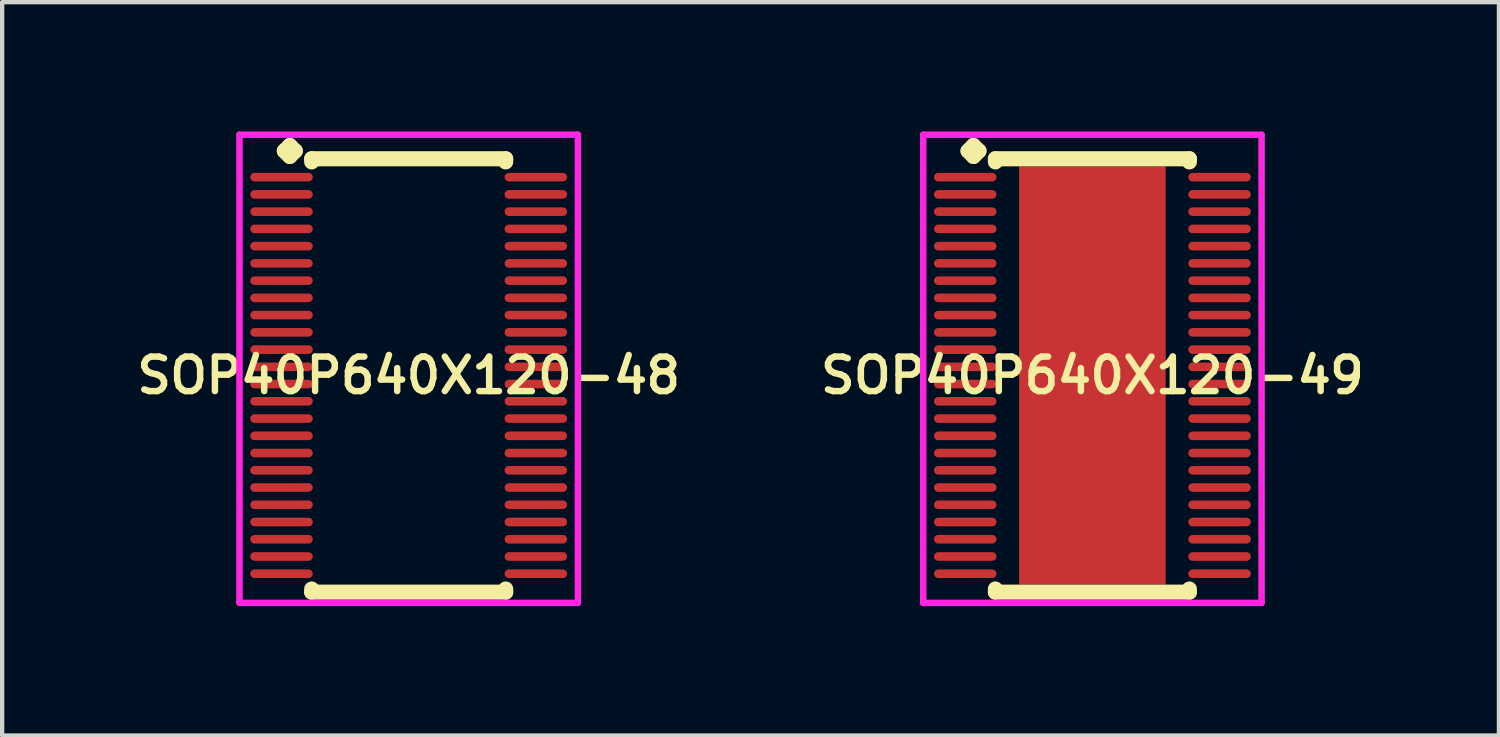
<source format=kicad_pcb>
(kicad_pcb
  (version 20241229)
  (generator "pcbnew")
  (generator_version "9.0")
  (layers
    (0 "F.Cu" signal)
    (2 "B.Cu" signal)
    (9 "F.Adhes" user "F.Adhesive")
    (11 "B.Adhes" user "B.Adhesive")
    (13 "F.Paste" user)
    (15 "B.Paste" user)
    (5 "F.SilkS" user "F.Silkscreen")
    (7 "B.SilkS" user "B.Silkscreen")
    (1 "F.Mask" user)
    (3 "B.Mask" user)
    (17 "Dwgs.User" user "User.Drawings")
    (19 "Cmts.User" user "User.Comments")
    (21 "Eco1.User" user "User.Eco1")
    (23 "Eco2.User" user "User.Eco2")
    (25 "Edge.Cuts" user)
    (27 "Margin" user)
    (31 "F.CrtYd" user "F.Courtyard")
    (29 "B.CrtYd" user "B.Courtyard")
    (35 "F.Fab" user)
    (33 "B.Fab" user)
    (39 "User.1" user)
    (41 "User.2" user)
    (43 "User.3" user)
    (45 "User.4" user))
  (footprint "SOP40P640X120-49"
    (layer "F.Cu")
    (at 22.292 5.66)
    (property "Reference" "SOP40P640X120-49" (at 0 0 0) (layer "F.SilkS") (effects (font (size 0.8 0.8) (thickness 0.15))))
    (attr through_hole)
    (fp_line (start -2.885 -5.208) (end -2.758 -5.335) (stroke (width 0.35) (type solid)) (layer "F.SilkS"))
    (fp_line (start -2.758 -5.335) (end -2.631 -5.208) (stroke (width 0.35) (type solid)) (layer "F.SilkS"))
    (fp_line (start -2.758 -5.081) (end -2.885 -5.208) (stroke (width 0.35) (type solid)) (layer "F.SilkS"))
    (fp_line (start -2.631 -5.208) (end -2.758 -5.081) (stroke (width 0.35) (type solid)) (layer "F.SilkS"))
    (fp_line (start -2.25 -5.027) (end 2.25 -5.027) (stroke (width 0.35) (type solid)) (layer "F.SilkS"))
    (fp_line (start -2.25 -4.954) (end -2.25 -5.027) (stroke (width 0.35) (type solid)) (layer "F.SilkS"))
    (fp_line (start -2.25 4.954) (end -2.25 5.027) (stroke (width 0.35) (type solid)) (layer "F.SilkS"))
    (fp_line (start -2.25 5.027) (end 2.25 5.027) (stroke (width 0.35) (type solid)) (layer "F.SilkS"))
    (fp_line (start 2.25 -5.027) (end 2.25 -4.954) (stroke (width 0.35) (type solid)) (layer "F.SilkS"))
    (fp_line (start 2.25 5.027) (end 2.25 4.954) (stroke (width 0.35) (type solid)) (layer "F.SilkS"))
    (fp_line (start -3.925 -5.585) (end 3.925 -5.585) (stroke (width 0.15) (type solid)) (layer "F.CrtYd"))
    (fp_line (start -3.925 5.277) (end -3.925 -5.585) (stroke (width 0.15) (type solid)) (layer "F.CrtYd"))
    (fp_line (start 3.925 -5.585) (end 3.925 5.277) (stroke (width 0.15) (type solid)) (layer "F.CrtYd"))
    (fp_line (start 3.925 5.277) (end -3.925 5.277) (stroke (width 0.15) (type solid)) (layer "F.CrtYd"))
    (pad "1" smd oval (at -2.95 -4.6) (size 1.45 0.2) (layers "F.Cu" "F.Mask" "F.Paste"))
    (pad "2" smd oval (at -2.95 -4.2) (size 1.45 0.2) (layers "F.Cu" "F.Mask" "F.Paste"))
    (pad "3" smd oval (at -2.95 -3.8) (size 1.45 0.2) (layers "F.Cu" "F.Mask" "F.Paste"))
    (pad "4" smd oval (at -2.95 -3.4) (size 1.45 0.2) (layers "F.Cu" "F.Mask" "F.Paste"))
    (pad "5" smd oval (at -2.95 -3) (size 1.45 0.2) (layers "F.Cu" "F.Mask" "F.Paste"))
    (pad "6" smd oval (at -2.95 -2.6) (size 1.45 0.2) (layers "F.Cu" "F.Mask" "F.Paste"))
    (pad "7" smd oval (at -2.95 -2.2) (size 1.45 0.2) (layers "F.Cu" "F.Mask" "F.Paste"))
    (pad "8" smd oval (at -2.95 -1.8) (size 1.45 0.2) (layers "F.Cu" "F.Mask" "F.Paste"))
    (pad "9" smd oval (at -2.95 -1.4) (size 1.45 0.2) (layers "F.Cu" "F.Mask" "F.Paste"))
    (pad "10" smd oval (at -2.95 -1) (size 1.45 0.2) (layers "F.Cu" "F.Mask" "F.Paste"))
    (pad "11" smd oval (at -2.95 -0.6) (size 1.45 0.2) (layers "F.Cu" "F.Mask" "F.Paste"))
    (pad "12" smd oval (at -2.95 -0.2) (size 1.45 0.2) (layers "F.Cu" "F.Mask" "F.Paste"))
    (pad "13" smd oval (at -2.95 0.2) (size 1.45 0.2) (layers "F.Cu" "F.Mask" "F.Paste"))
    (pad "14" smd oval (at -2.95 0.6) (size 1.45 0.2) (layers "F.Cu" "F.Mask" "F.Paste"))
    (pad "15" smd oval (at -2.95 1) (size 1.45 0.2) (layers "F.Cu" "F.Mask" "F.Paste"))
    (pad "16" smd oval (at -2.95 1.4) (size 1.45 0.2) (layers "F.Cu" "F.Mask" "F.Paste"))
    (pad "17" smd oval (at -2.95 1.8) (size 1.45 0.2) (layers "F.Cu" "F.Mask" "F.Paste"))
    (pad "18" smd oval (at -2.95 2.2) (size 1.45 0.2) (layers "F.Cu" "F.Mask" "F.Paste"))
    (pad "19" smd oval (at -2.95 2.6) (size 1.45 0.2) (layers "F.Cu" "F.Mask" "F.Paste"))
    (pad "20" smd oval (at -2.95 3) (size 1.45 0.2) (layers "F.Cu" "F.Mask" "F.Paste"))
    (pad "21" smd oval (at -2.95 3.4) (size 1.45 0.2) (layers "F.Cu" "F.Mask" "F.Paste"))
    (pad "22" smd oval (at -2.95 3.8) (size 1.45 0.2) (layers "F.Cu" "F.Mask" "F.Paste"))
    (pad "23" smd oval (at -2.95 4.2) (size 1.45 0.2) (layers "F.Cu" "F.Mask" "F.Paste"))
    (pad "24" smd oval (at -2.95 4.6) (size 1.45 0.2) (layers "F.Cu" "F.Mask" "F.Paste"))
    (pad "25" smd oval (at 2.95 4.6) (size 1.45 0.2) (layers "F.Cu" "F.Mask" "F.Paste"))
    (pad "26" smd oval (at 2.95 4.2) (size 1.45 0.2) (layers "F.Cu" "F.Mask" "F.Paste"))
    (pad "27" smd oval (at 2.95 3.8) (size 1.45 0.2) (layers "F.Cu" "F.Mask" "F.Paste"))
    (pad "28" smd oval (at 2.95 3.4) (size 1.45 0.2) (layers "F.Cu" "F.Mask" "F.Paste"))
    (pad "29" smd oval (at 2.95 3) (size 1.45 0.2) (layers "F.Cu" "F.Mask" "F.Paste"))
    (pad "30" smd oval (at 2.95 2.6) (size 1.45 0.2) (layers "F.Cu" "F.Mask" "F.Paste"))
    (pad "31" smd oval (at 2.95 2.2) (size 1.45 0.2) (layers "F.Cu" "F.Mask" "F.Paste"))
    (pad "32" smd oval (at 2.95 1.8) (size 1.45 0.2) (layers "F.Cu" "F.Mask" "F.Paste"))
    (pad "33" smd oval (at 2.95 1.4) (size 1.45 0.2) (layers "F.Cu" "F.Mask" "F.Paste"))
    (pad "34" smd oval (at 2.95 1) (size 1.45 0.2) (layers "F.Cu" "F.Mask" "F.Paste"))
    (pad "35" smd oval (at 2.95 0.6) (size 1.45 0.2) (layers "F.Cu" "F.Mask" "F.Paste"))
    (pad "36" smd oval (at 2.95 0.2) (size 1.45 0.2) (layers "F.Cu" "F.Mask" "F.Paste"))
    (pad "37" smd oval (at 2.95 -0.2) (size 1.45 0.2) (layers "F.Cu" "F.Mask" "F.Paste"))
    (pad "38" smd oval (at 2.95 -0.6) (size 1.45 0.2) (layers "F.Cu" "F.Mask" "F.Paste"))
    (pad "39" smd oval (at 2.95 -1) (size 1.45 0.2) (layers "F.Cu" "F.Mask" "F.Paste"))
    (pad "40" smd oval (at 2.95 -1.4) (size 1.45 0.2) (layers "F.Cu" "F.Mask" "F.Paste"))
    (pad "41" smd oval (at 2.95 -1.8) (size 1.45 0.2) (layers "F.Cu" "F.Mask" "F.Paste"))
    (pad "42" smd oval (at 2.95 -2.2) (size 1.45 0.2) (layers "F.Cu" "F.Mask" "F.Paste"))
    (pad "43" smd oval (at 2.95 -2.6) (size 1.45 0.2) (layers "F.Cu" "F.Mask" "F.Paste"))
    (pad "44" smd oval (at 2.95 -3) (size 1.45 0.2) (layers "F.Cu" "F.Mask" "F.Paste"))
    (pad "45" smd oval (at 2.95 -3.4) (size 1.45 0.2) (layers "F.Cu" "F.Mask" "F.Paste"))
    (pad "46" smd oval (at 2.95 -3.8) (size 1.45 0.2) (layers "F.Cu" "F.Mask" "F.Paste"))
    (pad "47" smd oval (at 2.95 -4.2) (size 1.45 0.2) (layers "F.Cu" "F.Mask" "F.Paste"))
    (pad "48" smd oval (at 2.95 -4.6) (size 1.45 0.2) (layers "F.Cu" "F.Mask" "F.Paste"))
    (pad "49" smd rect (at 0 0) (size 3.4 9.7) (layers "F.Cu" "F.Mask" "F.Paste")))
  (footprint "SOP40P640X120-48"
    (layer "F.Cu")
    (at 6.431 5.66)
    (property "Reference" "SOP40P640X120-48" (at 0 0 0) (layer "F.SilkS") (effects (font (size 0.8 0.8) (thickness 0.15))))
    (attr through_hole)
    (fp_line (start -2.885 -5.208) (end -2.758 -5.335) (stroke (width 0.35) (type solid)) (layer "F.SilkS"))
    (fp_line (start -2.758 -5.335) (end -2.631 -5.208) (stroke (width 0.35) (type solid)) (layer "F.SilkS"))
    (fp_line (start -2.758 -5.081) (end -2.885 -5.208) (stroke (width 0.35) (type solid)) (layer "F.SilkS"))
    (fp_line (start -2.631 -5.208) (end -2.758 -5.081) (stroke (width 0.35) (type solid)) (layer "F.SilkS"))
    (fp_line (start -2.25 -5.027) (end 2.25 -5.027) (stroke (width 0.35) (type solid)) (layer "F.SilkS"))
    (fp_line (start -2.25 -4.954) (end -2.25 -5.027) (stroke (width 0.35) (type solid)) (layer "F.SilkS"))
    (fp_line (start -2.25 4.954) (end -2.25 5.027) (stroke (width 0.35) (type solid)) (layer "F.SilkS"))
    (fp_line (start -2.25 5.027) (end 2.25 5.027) (stroke (width 0.35) (type solid)) (layer "F.SilkS"))
    (fp_line (start 2.25 -5.027) (end 2.25 -4.954) (stroke (width 0.35) (type solid)) (layer "F.SilkS"))
    (fp_line (start 2.25 5.027) (end 2.25 4.954) (stroke (width 0.35) (type solid)) (layer "F.SilkS"))
    (fp_line (start -3.925 -5.585) (end 3.925 -5.585) (stroke (width 0.15) (type solid)) (layer "F.CrtYd"))
    (fp_line (start -3.925 5.277) (end -3.925 -5.585) (stroke (width 0.15) (type solid)) (layer "F.CrtYd"))
    (fp_line (start 3.925 -5.585) (end 3.925 5.277) (stroke (width 0.15) (type solid)) (layer "F.CrtYd"))
    (fp_line (start 3.925 5.277) (end -3.925 5.277) (stroke (width 0.15) (type solid)) (layer "F.CrtYd"))
    (pad "1" smd oval (at -2.95 -4.6) (size 1.45 0.2) (layers "F.Cu" "F.Mask" "F.Paste"))
    (pad "2" smd oval (at -2.95 -4.2) (size 1.45 0.2) (layers "F.Cu" "F.Mask" "F.Paste"))
    (pad "3" smd oval (at -2.95 -3.8) (size 1.45 0.2) (layers "F.Cu" "F.Mask" "F.Paste"))
    (pad "4" smd oval (at -2.95 -3.4) (size 1.45 0.2) (layers "F.Cu" "F.Mask" "F.Paste"))
    (pad "5" smd oval (at -2.95 -3) (size 1.45 0.2) (layers "F.Cu" "F.Mask" "F.Paste"))
    (pad "6" smd oval (at -2.95 -2.6) (size 1.45 0.2) (layers "F.Cu" "F.Mask" "F.Paste"))
    (pad "7" smd oval (at -2.95 -2.2) (size 1.45 0.2) (layers "F.Cu" "F.Mask" "F.Paste"))
    (pad "8" smd oval (at -2.95 -1.8) (size 1.45 0.2) (layers "F.Cu" "F.Mask" "F.Paste"))
    (pad "9" smd oval (at -2.95 -1.4) (size 1.45 0.2) (layers "F.Cu" "F.Mask" "F.Paste"))
    (pad "10" smd oval (at -2.95 -1) (size 1.45 0.2) (layers "F.Cu" "F.Mask" "F.Paste"))
    (pad "11" smd oval (at -2.95 -0.6) (size 1.45 0.2) (layers "F.Cu" "F.Mask" "F.Paste"))
    (pad "12" smd oval (at -2.95 -0.2) (size 1.45 0.2) (layers "F.Cu" "F.Mask" "F.Paste"))
    (pad "13" smd oval (at -2.95 0.2) (size 1.45 0.2) (layers "F.Cu" "F.Mask" "F.Paste"))
    (pad "14" smd oval (at -2.95 0.6) (size 1.45 0.2) (layers "F.Cu" "F.Mask" "F.Paste"))
    (pad "15" smd oval (at -2.95 1) (size 1.45 0.2) (layers "F.Cu" "F.Mask" "F.Paste"))
    (pad "16" smd oval (at -2.95 1.4) (size 1.45 0.2) (layers "F.Cu" "F.Mask" "F.Paste"))
    (pad "17" smd oval (at -2.95 1.8) (size 1.45 0.2) (layers "F.Cu" "F.Mask" "F.Paste"))
    (pad "18" smd oval (at -2.95 2.2) (size 1.45 0.2) (layers "F.Cu" "F.Mask" "F.Paste"))
    (pad "19" smd oval (at -2.95 2.6) (size 1.45 0.2) (layers "F.Cu" "F.Mask" "F.Paste"))
    (pad "20" smd oval (at -2.95 3) (size 1.45 0.2) (layers "F.Cu" "F.Mask" "F.Paste"))
    (pad "21" smd oval (at -2.95 3.4) (size 1.45 0.2) (layers "F.Cu" "F.Mask" "F.Paste"))
    (pad "22" smd oval (at -2.95 3.8) (size 1.45 0.2) (layers "F.Cu" "F.Mask" "F.Paste"))
    (pad "23" smd oval (at -2.95 4.2) (size 1.45 0.2) (layers "F.Cu" "F.Mask" "F.Paste"))
    (pad "24" smd oval (at -2.95 4.6) (size 1.45 0.2) (layers "F.Cu" "F.Mask" "F.Paste"))
    (pad "25" smd oval (at 2.95 4.6) (size 1.45 0.2) (layers "F.Cu" "F.Mask" "F.Paste"))
    (pad "26" smd oval (at 2.95 4.2) (size 1.45 0.2) (layers "F.Cu" "F.Mask" "F.Paste"))
    (pad "27" smd oval (at 2.95 3.8) (size 1.45 0.2) (layers "F.Cu" "F.Mask" "F.Paste"))
    (pad "28" smd oval (at 2.95 3.4) (size 1.45 0.2) (layers "F.Cu" "F.Mask" "F.Paste"))
    (pad "29" smd oval (at 2.95 3) (size 1.45 0.2) (layers "F.Cu" "F.Mask" "F.Paste"))
    (pad "30" smd oval (at 2.95 2.6) (size 1.45 0.2) (layers "F.Cu" "F.Mask" "F.Paste"))
    (pad "31" smd oval (at 2.95 2.2) (size 1.45 0.2) (layers "F.Cu" "F.Mask" "F.Paste"))
    (pad "32" smd oval (at 2.95 1.8) (size 1.45 0.2) (layers "F.Cu" "F.Mask" "F.Paste"))
    (pad "33" smd oval (at 2.95 1.4) (size 1.45 0.2) (layers "F.Cu" "F.Mask" "F.Paste"))
    (pad "34" smd oval (at 2.95 1) (size 1.45 0.2) (layers "F.Cu" "F.Mask" "F.Paste"))
    (pad "35" smd oval (at 2.95 0.6) (size 1.45 0.2) (layers "F.Cu" "F.Mask" "F.Paste"))
    (pad "36" smd oval (at 2.95 0.2) (size 1.45 0.2) (layers "F.Cu" "F.Mask" "F.Paste"))
    (pad "37" smd oval (at 2.95 -0.2) (size 1.45 0.2) (layers "F.Cu" "F.Mask" "F.Paste"))
    (pad "38" smd oval (at 2.95 -0.6) (size 1.45 0.2) (layers "F.Cu" "F.Mask" "F.Paste"))
    (pad "39" smd oval (at 2.95 -1) (size 1.45 0.2) (layers "F.Cu" "F.Mask" "F.Paste"))
    (pad "40" smd oval (at 2.95 -1.4) (size 1.45 0.2) (layers "F.Cu" "F.Mask" "F.Paste"))
    (pad "41" smd oval (at 2.95 -1.8) (size 1.45 0.2) (layers "F.Cu" "F.Mask" "F.Paste"))
    (pad "42" smd oval (at 2.95 -2.2) (size 1.45 0.2) (layers "F.Cu" "F.Mask" "F.Paste"))
    (pad "43" smd oval (at 2.95 -2.6) (size 1.45 0.2) (layers "F.Cu" "F.Mask" "F.Paste"))
    (pad "44" smd oval (at 2.95 -3) (size 1.45 0.2) (layers "F.Cu" "F.Mask" "F.Paste"))
    (pad "45" smd oval (at 2.95 -3.4) (size 1.45 0.2) (layers "F.Cu" "F.Mask" "F.Paste"))
    (pad "46" smd oval (at 2.95 -3.8) (size 1.45 0.2) (layers "F.Cu" "F.Mask" "F.Paste"))
    (pad "47" smd oval (at 2.95 -4.2) (size 1.45 0.2) (layers "F.Cu" "F.Mask" "F.Paste"))
    (pad "48" smd oval (at 2.95 -4.6) (size 1.45 0.2) (layers "F.Cu" "F.Mask" "F.Paste")))
  (gr_rect
    (start -3 -3)
    (end 31.723 14.012)
    (stroke (width 0.1) (type default))
    (fill no)
    (layer "Edge.Cuts")))
</source>
